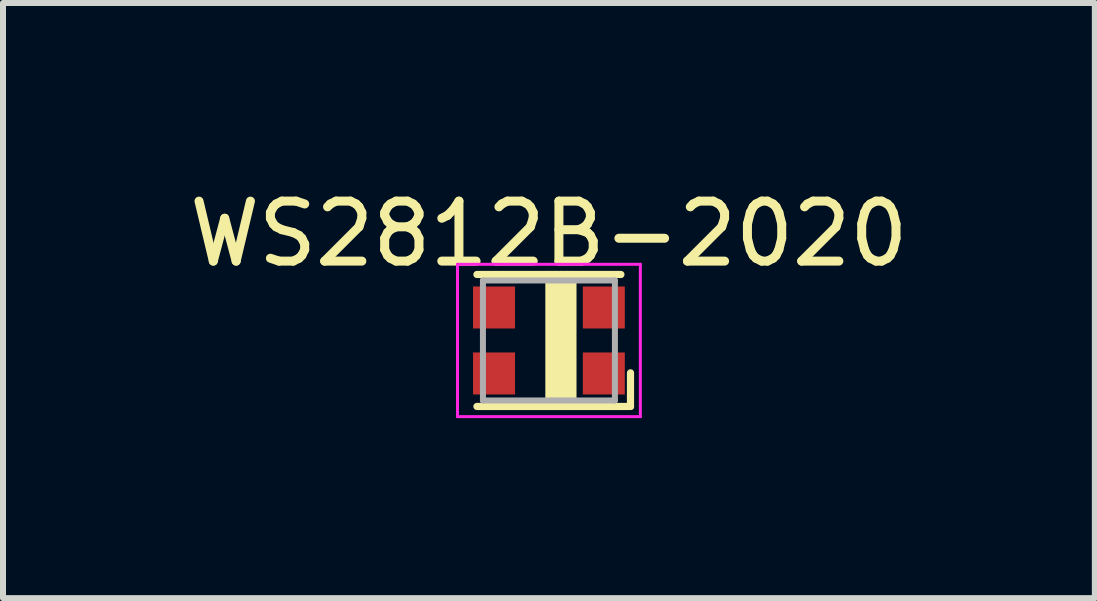
<source format=kicad_pcb>
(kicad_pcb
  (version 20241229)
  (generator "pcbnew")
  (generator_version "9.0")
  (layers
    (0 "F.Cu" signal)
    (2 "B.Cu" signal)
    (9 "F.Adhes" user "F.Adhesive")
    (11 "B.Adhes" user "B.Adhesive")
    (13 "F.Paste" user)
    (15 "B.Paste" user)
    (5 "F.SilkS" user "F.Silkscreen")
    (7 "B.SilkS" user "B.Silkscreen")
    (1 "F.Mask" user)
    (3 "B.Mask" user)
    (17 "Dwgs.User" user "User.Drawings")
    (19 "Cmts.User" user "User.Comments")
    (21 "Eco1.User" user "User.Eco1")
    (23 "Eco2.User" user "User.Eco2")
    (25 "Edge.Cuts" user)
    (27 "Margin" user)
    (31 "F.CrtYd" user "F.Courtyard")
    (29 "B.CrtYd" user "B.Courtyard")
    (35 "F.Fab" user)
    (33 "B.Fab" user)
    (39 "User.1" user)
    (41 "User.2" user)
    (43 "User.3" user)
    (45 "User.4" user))
  (footprint "WS2812B-2020"
    (layer "F.Cu")
    (at 6.101 2.626)
    (property "Reference" "WS2812B-2020" (at 0 -1.778 180) (layer "F.SilkS") (effects (font (size 1 1) (thickness 0.15))))
    (attr smd)
    (fp_line (start -1.2 -1.1) (end 1.2 -1.1) (stroke (width 0.12) (type solid)) (layer "F.SilkS"))
    (fp_line (start 0 1.1) (end 0 -1.1) (stroke (width 0.12) (type solid)) (layer "F.SilkS"))
    (fp_line (start 0.1 -1.1) (end 0.1 1.1) (stroke (width 0.12) (type solid)) (layer "F.SilkS"))
    (fp_line (start 0.2 1.1) (end 0.2 -1.1) (stroke (width 0.12) (type solid)) (layer "F.SilkS"))
    (fp_line (start 0.3 -1.1) (end 0.3 1.1) (stroke (width 0.12) (type solid)) (layer "F.SilkS"))
    (fp_line (start 0.4 1.1) (end 0.4 -1.1) (stroke (width 0.12) (type solid)) (layer "F.SilkS"))
    (fp_line (start 1.36 1.1) (end -1.2 1.1) (stroke (width 0.12) (type solid)) (layer "F.SilkS"))
    (fp_line (start 1.36 1.1) (end 1.36 0.54) (stroke (width 0.12) (type solid)) (layer "F.SilkS"))
    (fp_line (start -1.524 -1.27) (end -1.524 1.27) (stroke (width 0.05) (type solid)) (layer "F.CrtYd"))
    (fp_line (start -1.524 1.27) (end 1.524 1.27) (stroke (width 0.05) (type solid)) (layer "F.CrtYd"))
    (fp_line (start 1.524 -1.27) (end -1.524 -1.27) (stroke (width 0.05) (type solid)) (layer "F.CrtYd"))
    (fp_line (start 1.524 1.27) (end 1.524 -1.27) (stroke (width 0.05) (type solid)) (layer "F.CrtYd"))
    (fp_line (start -1.1 -1) (end 1.1 -1) (stroke (width 0.1) (type solid)) (layer "F.Fab"))
    (fp_line (start -1.1 1) (end -1.1 -1) (stroke (width 0.1) (type solid)) (layer "F.Fab"))
    (fp_line (start 1.1 -1) (end 1.1 1) (stroke (width 0.1) (type solid)) (layer "F.Fab"))
    (fp_line (start 1.1 1) (end -1.1 1) (stroke (width 0.1) (type solid)) (layer "F.Fab"))
    (pad "1" smd rect (at 0.915 0.55 90) (size 0.7 0.7) (layers "F.Cu" "F.Mask" "F.Paste"))
    (pad "2" smd rect (at 0.915 -0.55 90) (size 0.7 0.7) (layers "F.Cu" "F.Mask" "F.Paste"))
    (pad "3" smd rect (at -0.915 -0.55 270) (size 0.7 0.7) (layers "F.Cu" "F.Mask" "F.Paste"))
    (pad "4" smd rect (at -0.915 0.55 270) (size 0.7 0.7) (layers "F.Cu" "F.Mask" "F.Paste")))
  (gr_rect
    (start -3 -3)
    (end 15.202 6.921)
    (stroke (width 0.1) (type default))
    (fill no)
    (layer "Edge.Cuts")))
</source>
